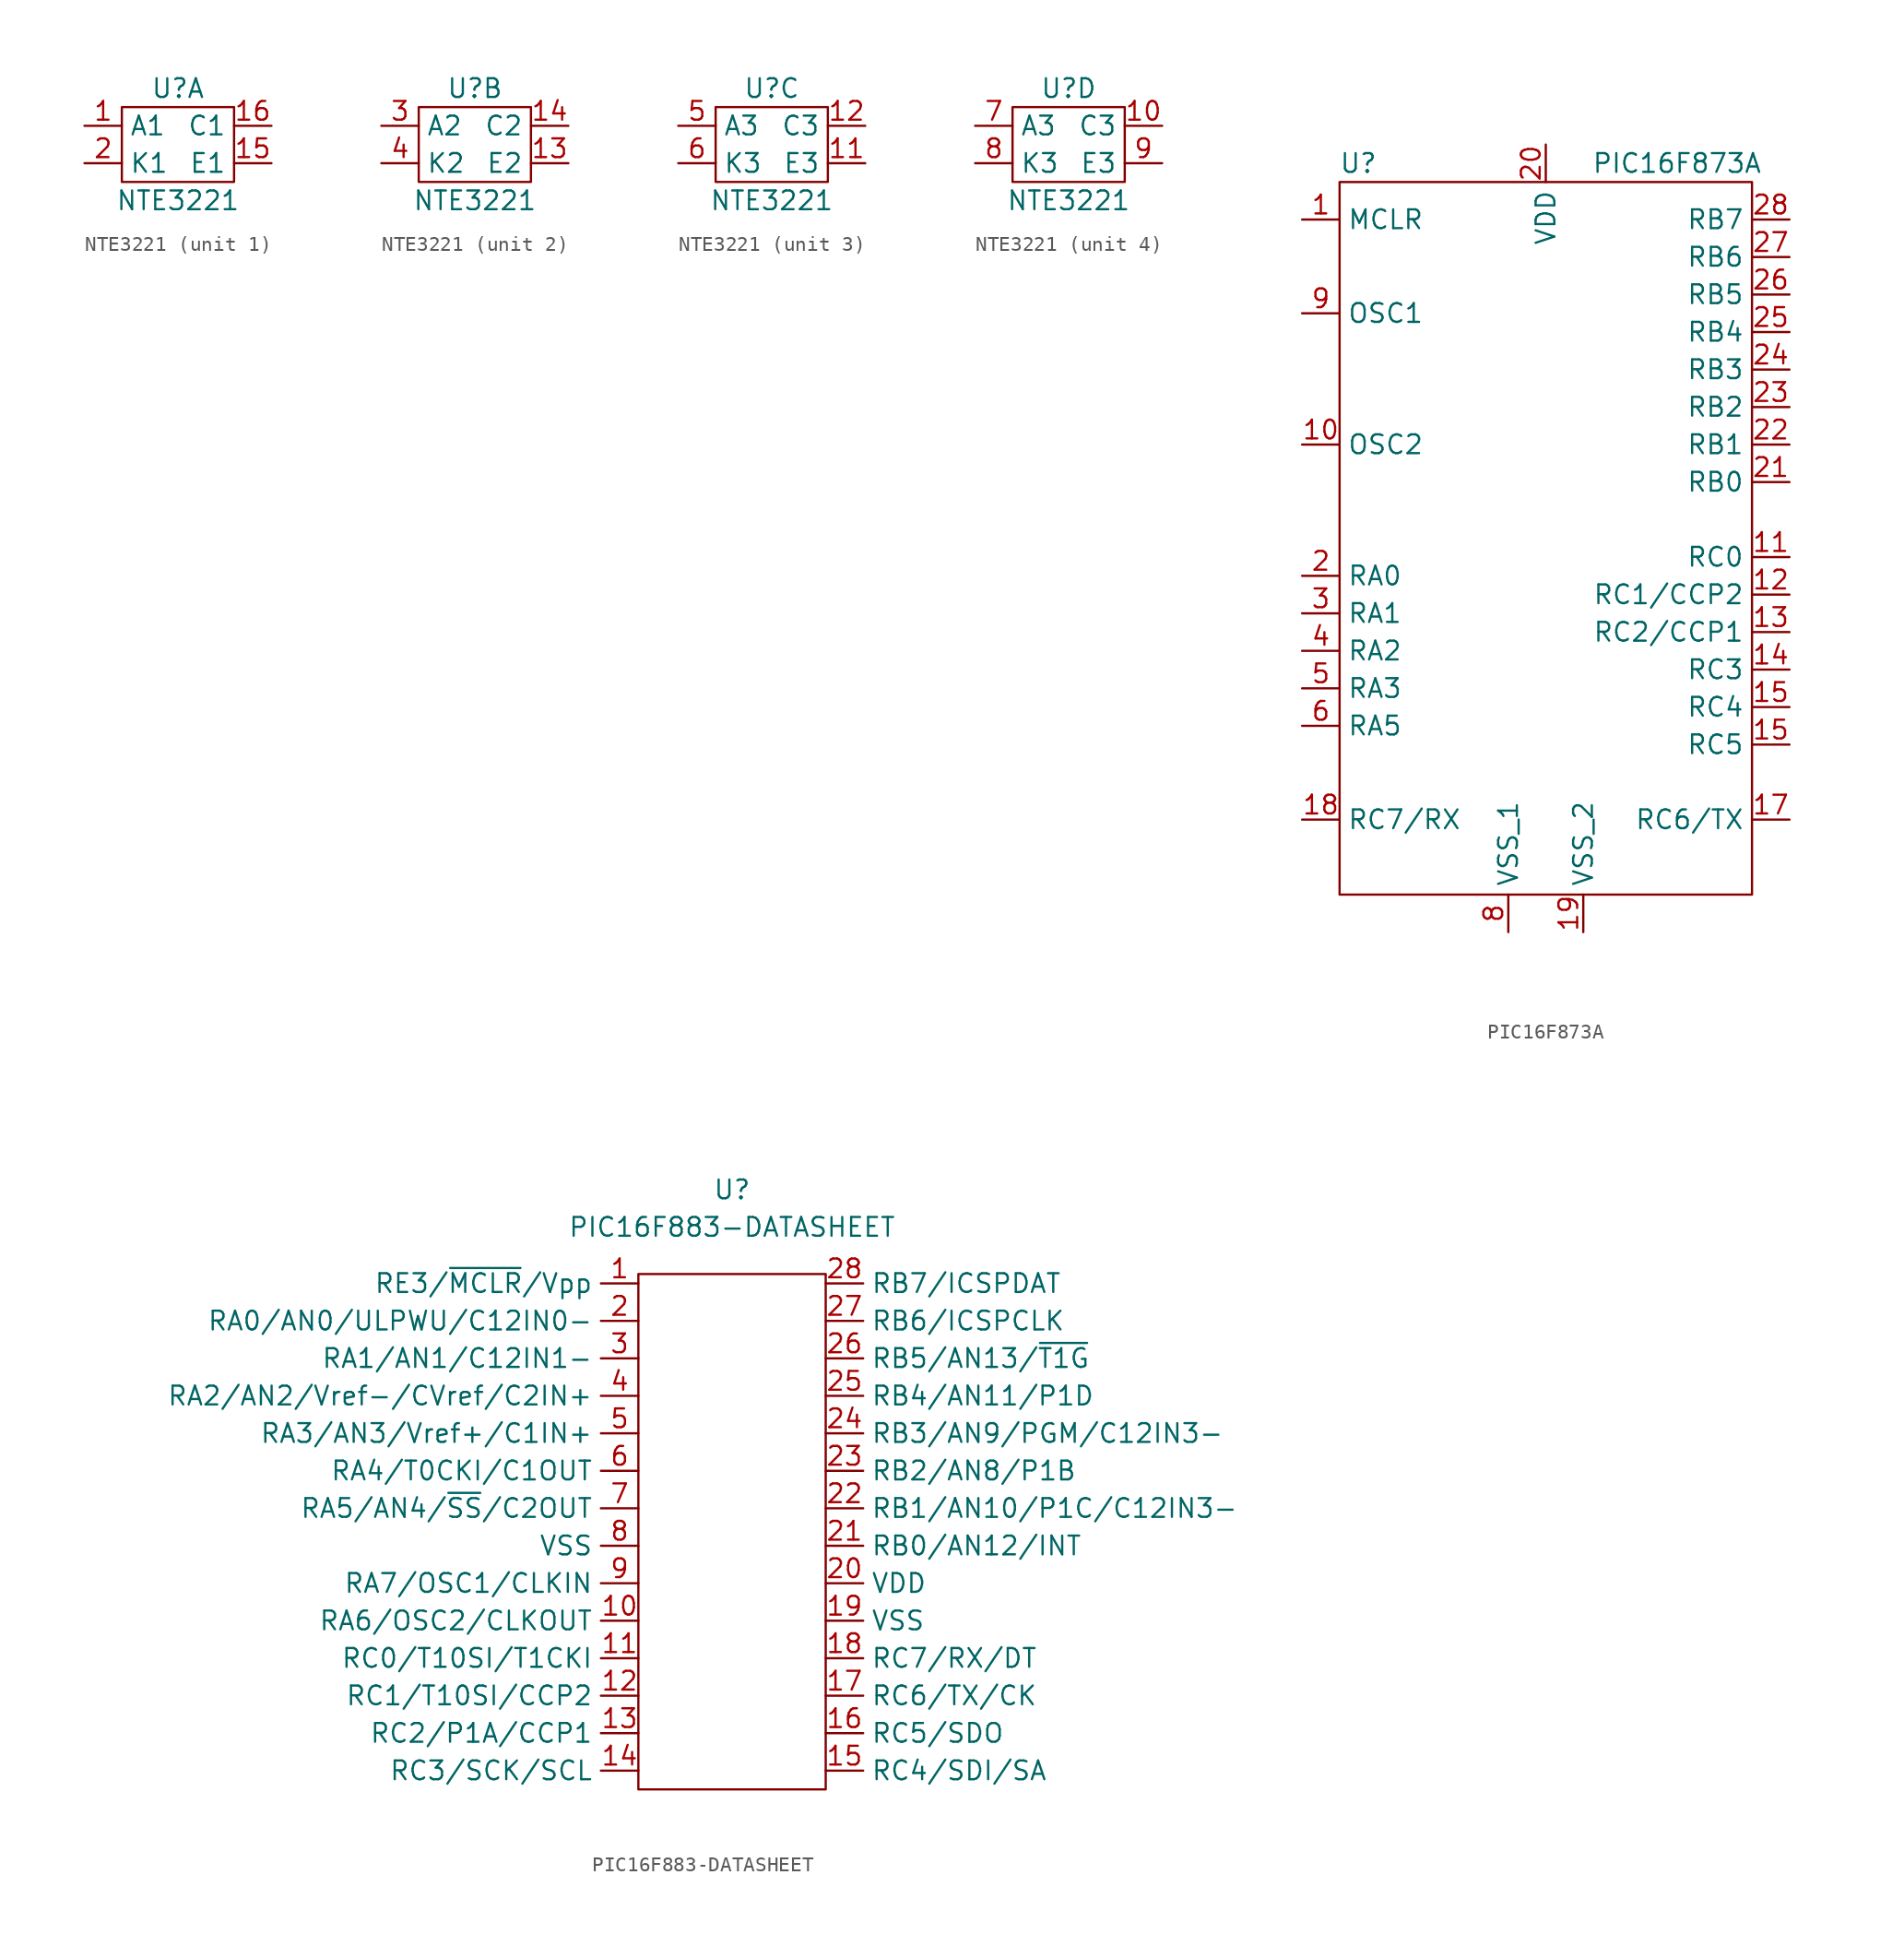
<source format=kicad_sym>
(kicad_symbol_lib
  (version 20211014)
  (generator kicad_symbol_editor)
  (symbol "NTE3221"
    (property "Reference" "U"
      (at 0 -2.54 0)
      (effects (font (size 1.27 1.27))))
    (property "Value" "NTE3221"
      (at 0 -10.16 0)
      (effects (font (size 1.27 1.27))))
    (property "ki_locked" ""
      (at 0 0 0)
      (effects (font (size 1.27 1.27))))
    (symbol "NTE3221_1_1"
      (rectangle (start -3.81 -3.81) (end 3.81 -8.89) (stroke (width 0) (type default) (color 0 0 0 0)) (fill (type none)))
      (pin input line (at -6.35 -5.08 0) (length 2.54) (name "A1" (effects (font (size 1.27 1.27)))) (number "1" (effects (font (size 1.27 1.27)))))
      (pin output line (at 6.35 -7.62 180) (length 2.54) (name "E1" (effects (font (size 1.27 1.27)))) (number "15" (effects (font (size 1.27 1.27)))))
      (pin output line (at 6.35 -5.08 180) (length 2.54) (name "C1" (effects (font (size 1.27 1.27)))) (number "16" (effects (font (size 1.27 1.27)))))
      (pin input line (at -6.35 -7.62 0) (length 2.54) (name "K1" (effects (font (size 1.27 1.27)))) (number "2" (effects (font (size 1.27 1.27))))))
    (symbol "NTE3221_2_1"
      (rectangle (start -3.81 -3.81) (end 3.81 -8.89) (stroke (width 0) (type default) (color 0 0 0 0)) (fill (type none)))
      (pin output line (at 6.35 -7.62 180) (length 2.54) (name "E2" (effects (font (size 1.27 1.27)))) (number "13" (effects (font (size 1.27 1.27)))))
      (pin output line (at 6.35 -5.08 180) (length 2.54) (name "C2" (effects (font (size 1.27 1.27)))) (number "14" (effects (font (size 1.27 1.27)))))
      (pin input line (at -6.35 -5.08 0) (length 2.54) (name "A2" (effects (font (size 1.27 1.27)))) (number "3" (effects (font (size 1.27 1.27)))))
      (pin input line (at -6.35 -7.62 0) (length 2.54) (name "K2" (effects (font (size 1.27 1.27)))) (number "4" (effects (font (size 1.27 1.27))))))
    (symbol "NTE3221_3_1"
      (rectangle (start -3.81 -3.81) (end 3.81 -8.89) (stroke (width 0) (type default) (color 0 0 0 0)) (fill (type none)))
      (pin output line (at 6.35 -7.62 180) (length 2.54) (name "E3" (effects (font (size 1.27 1.27)))) (number "11" (effects (font (size 1.27 1.27)))))
      (pin output line (at 6.35 -5.08 180) (length 2.54) (name "C3" (effects (font (size 1.27 1.27)))) (number "12" (effects (font (size 1.27 1.27)))))
      (pin input line (at -6.35 -5.08 0) (length 2.54) (name "A3" (effects (font (size 1.27 1.27)))) (number "5" (effects (font (size 1.27 1.27)))))
      (pin input line (at -6.35 -7.62 0) (length 2.54) (name "K3" (effects (font (size 1.27 1.27)))) (number "6" (effects (font (size 1.27 1.27))))))
    (symbol "NTE3221_4_1"
      (rectangle (start -3.81 -3.81) (end 3.81 -8.89) (stroke (width 0) (type default) (color 0 0 0 0)) (fill (type none)))
      (pin output line (at 6.35 -5.08 180) (length 2.54) (name "C3" (effects (font (size 1.27 1.27)))) (number "10" (effects (font (size 1.27 1.27)))))
      (pin input line (at -6.35 -5.08 0) (length 2.54) (name "A3" (effects (font (size 1.27 1.27)))) (number "7" (effects (font (size 1.27 1.27)))))
      (pin input line (at -6.35 -7.62 0) (length 2.54) (name "K3" (effects (font (size 1.27 1.27)))) (number "8" (effects (font (size 1.27 1.27)))))
      (pin output line (at 6.35 -7.62 180) (length 2.54) (name "E3" (effects (font (size 1.27 1.27)))) (number "9" (effects (font (size 1.27 1.27)))))))
  (symbol "PIC16F873A"
    (property "Reference" "U"
      (at -5.08 -2.54 0)
      (effects (font (size 1.27 1.27))))
    (property "Value" "PIC16F873A"
      (at 16.51 -2.54 0)
      (effects (font (size 1.27 1.27))))
    (symbol "PIC16F873A_0_1"
      (rectangle (start -6.35 -3.81) (end 21.59 -52.07) (stroke (width 0) (type default) (color 0 0 0 0)) (fill (type none))))
    (symbol "PIC16F873A_1_1"
      (pin bidirectional line (at -8.89 -6.35 0) (length 2.54) (name "MCLR" (effects (font (size 1.27 1.27)))) (number "1" (effects (font (size 1.27 1.27)))))
      (pin bidirectional line (at -8.89 -21.59 0) (length 2.54) (name "OSC2" (effects (font (size 1.27 1.27)))) (number "10" (effects (font (size 1.27 1.27)))))
      (pin bidirectional line (at 24.13 -29.21 180) (length 2.54) (name "RC0" (effects (font (size 1.27 1.27)))) (number "11" (effects (font (size 1.27 1.27)))))
      (pin bidirectional line (at 24.13 -31.75 180) (length 2.54) (name "RC1/CCP2" (effects (font (size 1.27 1.27)))) (number "12" (effects (font (size 1.27 1.27)))))
      (pin bidirectional line (at 24.13 -34.29 180) (length 2.54) (name "RC2/CCP1" (effects (font (size 1.27 1.27)))) (number "13" (effects (font (size 1.27 1.27)))))
      (pin bidirectional line (at 24.13 -36.83 180) (length 2.54) (name "RC3" (effects (font (size 1.27 1.27)))) (number "14" (effects (font (size 1.27 1.27)))))
      (pin bidirectional line (at 24.13 -39.37 180) (length 2.54) (name "RC4" (effects (font (size 1.27 1.27)))) (number "15" (effects (font (size 1.27 1.27)))))
      (pin bidirectional line (at 24.13 -41.91 180) (length 2.54) (name "RC5" (effects (font (size 1.27 1.27)))) (number "15" (effects (font (size 1.27 1.27)))))
      (pin bidirectional line (at 24.13 -46.99 180) (length 2.54) (name "RC6/TX" (effects (font (size 1.27 1.27)))) (number "17" (effects (font (size 1.27 1.27)))))
      (pin bidirectional line (at -8.89 -46.99 0) (length 2.54) (name "RC7/RX" (effects (font (size 1.27 1.27)))) (number "18" (effects (font (size 1.27 1.27)))))
      (pin bidirectional line (at 10.16 -54.61 90) (length 2.54) (name "VSS_2" (effects (font (size 1.27 1.27)))) (number "19" (effects (font (size 1.27 1.27)))))
      (pin bidirectional line (at -8.89 -30.48 0) (length 2.54) (name "RA0" (effects (font (size 1.27 1.27)))) (number "2" (effects (font (size 1.27 1.27)))))
      (pin bidirectional line (at 7.62 -1.27 270) (length 2.54) (name "VDD" (effects (font (size 1.27 1.27)))) (number "20" (effects (font (size 1.27 1.27)))))
      (pin bidirectional line (at 24.13 -24.13 180) (length 2.54) (name "RB0" (effects (font (size 1.27 1.27)))) (number "21" (effects (font (size 1.27 1.27)))))
      (pin bidirectional line (at 24.13 -21.59 180) (length 2.54) (name "RB1" (effects (font (size 1.27 1.27)))) (number "22" (effects (font (size 1.27 1.27)))))
      (pin bidirectional line (at 24.13 -19.05 180) (length 2.54) (name "RB2" (effects (font (size 1.27 1.27)))) (number "23" (effects (font (size 1.27 1.27)))))
      (pin bidirectional line (at 24.13 -16.51 180) (length 2.54) (name "RB3" (effects (font (size 1.27 1.27)))) (number "24" (effects (font (size 1.27 1.27)))))
      (pin bidirectional line (at 24.13 -13.97 180) (length 2.54) (name "RB4" (effects (font (size 1.27 1.27)))) (number "25" (effects (font (size 1.27 1.27)))))
      (pin bidirectional line (at 24.13 -11.43 180) (length 2.54) (name "RB5" (effects (font (size 1.27 1.27)))) (number "26" (effects (font (size 1.27 1.27)))))
      (pin bidirectional line (at 24.13 -8.89 180) (length 2.54) (name "RB6" (effects (font (size 1.27 1.27)))) (number "27" (effects (font (size 1.27 1.27)))))
      (pin bidirectional line (at 24.13 -6.35 180) (length 2.54) (name "RB7" (effects (font (size 1.27 1.27)))) (number "28" (effects (font (size 1.27 1.27)))))
      (pin bidirectional line (at -8.89 -33.02 0) (length 2.54) (name "RA1" (effects (font (size 1.27 1.27)))) (number "3" (effects (font (size 1.27 1.27)))))
      (pin bidirectional line (at -8.89 -35.56 0) (length 2.54) (name "RA2" (effects (font (size 1.27 1.27)))) (number "4" (effects (font (size 1.27 1.27)))))
      (pin bidirectional line (at -8.89 -38.1 0) (length 2.54) (name "RA3" (effects (font (size 1.27 1.27)))) (number "5" (effects (font (size 1.27 1.27)))))
      (pin bidirectional line (at -8.89 -40.64 0) (length 2.54) (name "RA5" (effects (font (size 1.27 1.27)))) (number "6" (effects (font (size 1.27 1.27)))))
      (pin bidirectional line (at 5.08 -54.61 90) (length 2.54) (name "VSS_1" (effects (font (size 1.27 1.27)))) (number "8" (effects (font (size 1.27 1.27)))))
      (pin bidirectional line (at -8.89 -12.7 0) (length 2.54) (name "OSC1" (effects (font (size 1.27 1.27)))) (number "9" (effects (font (size 1.27 1.27)))))))
  (symbol "PIC16F883-DATASHEET"
    (property "Reference" "U"
      (at 0 2.54 0)
      (effects (font (size 1.27 1.27))))
    (property "Value" "PIC16F883-DATASHEET"
      (at 0 0 0)
      (effects (font (size 1.27 1.27))))
    (symbol "PIC16F883-DATASHEET_0_1"
      (rectangle (start -6.35 -3.175) (end 6.35 -38.1) (stroke (width 0) (type default) (color 0 0 0 0)) (fill (type none))))
    (symbol "PIC16F883-DATASHEET_1_1"
      (pin free line (at -6.35 -3.81 180) (length 2.54) (name "RE3/~{MCLR}/Vpp" (effects (font (size 1.27 1.27)))) (number "1" (effects (font (size 1.27 1.27)))))
      (pin free line (at -6.35 -26.67 180) (length 2.54) (name "RA6/OSC2/CLKOUT" (effects (font (size 1.27 1.27)))) (number "10" (effects (font (size 1.27 1.27)))))
      (pin free line (at -6.35 -29.21 180) (length 2.54) (name "RC0/T10SI/T1CKI" (effects (font (size 1.27 1.27)))) (number "11" (effects (font (size 1.27 1.27)))))
      (pin free line (at -6.35 -31.75 180) (length 2.54) (name "RC1/T10SI/CCP2" (effects (font (size 1.27 1.27)))) (number "12" (effects (font (size 1.27 1.27)))))
      (pin free line (at -6.35 -34.29 180) (length 2.54) (name "RC2/P1A/CCP1" (effects (font (size 1.27 1.27)))) (number "13" (effects (font (size 1.27 1.27)))))
      (pin free line (at -6.35 -36.83 180) (length 2.54) (name "RC3/SCK/SCL" (effects (font (size 1.27 1.27)))) (number "14" (effects (font (size 1.27 1.27)))))
      (pin free line (at 6.35 -36.83 0) (length 2.54) (name "RC4/SDI/SA" (effects (font (size 1.27 1.27)))) (number "15" (effects (font (size 1.27 1.27)))))
      (pin free line (at 6.35 -34.29 0) (length 2.54) (name "RC5/SDO" (effects (font (size 1.27 1.27)))) (number "16" (effects (font (size 1.27 1.27)))))
      (pin free line (at 6.35 -31.75 0) (length 2.54) (name "RC6/TX/CK" (effects (font (size 1.27 1.27)))) (number "17" (effects (font (size 1.27 1.27)))))
      (pin free line (at 6.35 -29.21 0) (length 2.54) (name "RC7/RX/DT" (effects (font (size 1.27 1.27)))) (number "18" (effects (font (size 1.27 1.27)))))
      (pin free line (at 6.35 -26.67 0) (length 2.54) (name "VSS" (effects (font (size 1.27 1.27)))) (number "19" (effects (font (size 1.27 1.27)))))
      (pin free line (at -6.35 -6.35 180) (length 2.54) (name "RA0/AN0/ULPWU/C12IN0-" (effects (font (size 1.27 1.27)))) (number "2" (effects (font (size 1.27 1.27)))))
      (pin free line (at 6.35 -24.13 0) (length 2.54) (name "VDD" (effects (font (size 1.27 1.27)))) (number "20" (effects (font (size 1.27 1.27)))))
      (pin free line (at 6.35 -21.59 0) (length 2.54) (name "RB0/AN12/INT" (effects (font (size 1.27 1.27)))) (number "21" (effects (font (size 1.27 1.27)))))
      (pin free line (at 6.35 -19.05 0) (length 2.54) (name "RB1/AN10/P1C/C12IN3-" (effects (font (size 1.27 1.27)))) (number "22" (effects (font (size 1.27 1.27)))))
      (pin free line (at 6.35 -16.51 0) (length 2.54) (name "RB2/AN8/P1B" (effects (font (size 1.27 1.27)))) (number "23" (effects (font (size 1.27 1.27)))))
      (pin free line (at 6.35 -13.97 0) (length 2.54) (name "RB3/AN9/PGM/C12IN3-" (effects (font (size 1.27 1.27)))) (number "24" (effects (font (size 1.27 1.27)))))
      (pin free line (at 6.35 -11.43 0) (length 2.54) (name "RB4/AN11/P1D" (effects (font (size 1.27 1.27)))) (number "25" (effects (font (size 1.27 1.27)))))
      (pin free line (at 6.35 -8.89 0) (length 2.54) (name "RB5/AN13/~{T1G}" (effects (font (size 1.27 1.27)))) (number "26" (effects (font (size 1.27 1.27)))))
      (pin free line (at 6.35 -6.35 0) (length 2.54) (name "RB6/ICSPCLK" (effects (font (size 1.27 1.27)))) (number "27" (effects (font (size 1.27 1.27)))))
      (pin free line (at 6.35 -3.81 0) (length 2.54) (name "RB7/ICSPDAT" (effects (font (size 1.27 1.27)))) (number "28" (effects (font (size 1.27 1.27)))))
      (pin free line (at -6.35 -8.89 180) (length 2.54) (name "RA1/AN1/C12IN1-" (effects (font (size 1.27 1.27)))) (number "3" (effects (font (size 1.27 1.27)))))
      (pin free line (at -6.35 -11.43 180) (length 2.54) (name "RA2/AN2/Vref-/CVref/C2IN+" (effects (font (size 1.27 1.27)))) (number "4" (effects (font (size 1.27 1.27)))))
      (pin free line (at -6.35 -13.97 180) (length 2.54) (name "RA3/AN3/Vref+/C1IN+" (effects (font (size 1.27 1.27)))) (number "5" (effects (font (size 1.27 1.27)))))
      (pin free line (at -6.35 -16.51 180) (length 2.54) (name "RA4/T0CKI/C1OUT" (effects (font (size 1.27 1.27)))) (number "6" (effects (font (size 1.27 1.27)))))
      (pin free line (at -6.35 -19.05 180) (length 2.54) (name "RA5/AN4/~{SS}/C2OUT" (effects (font (size 1.27 1.27)))) (number "7" (effects (font (size 1.27 1.27)))))
      (pin free line (at -6.35 -21.59 180) (length 2.54) (name "VSS" (effects (font (size 1.27 1.27)))) (number "8" (effects (font (size 1.27 1.27)))))
      (pin free line (at -6.35 -24.13 180) (length 2.54) (name "RA7/OSC1/CLKIN" (effects (font (size 1.27 1.27)))) (number "9" (effects (font (size 1.27 1.27))))))))
</source>
